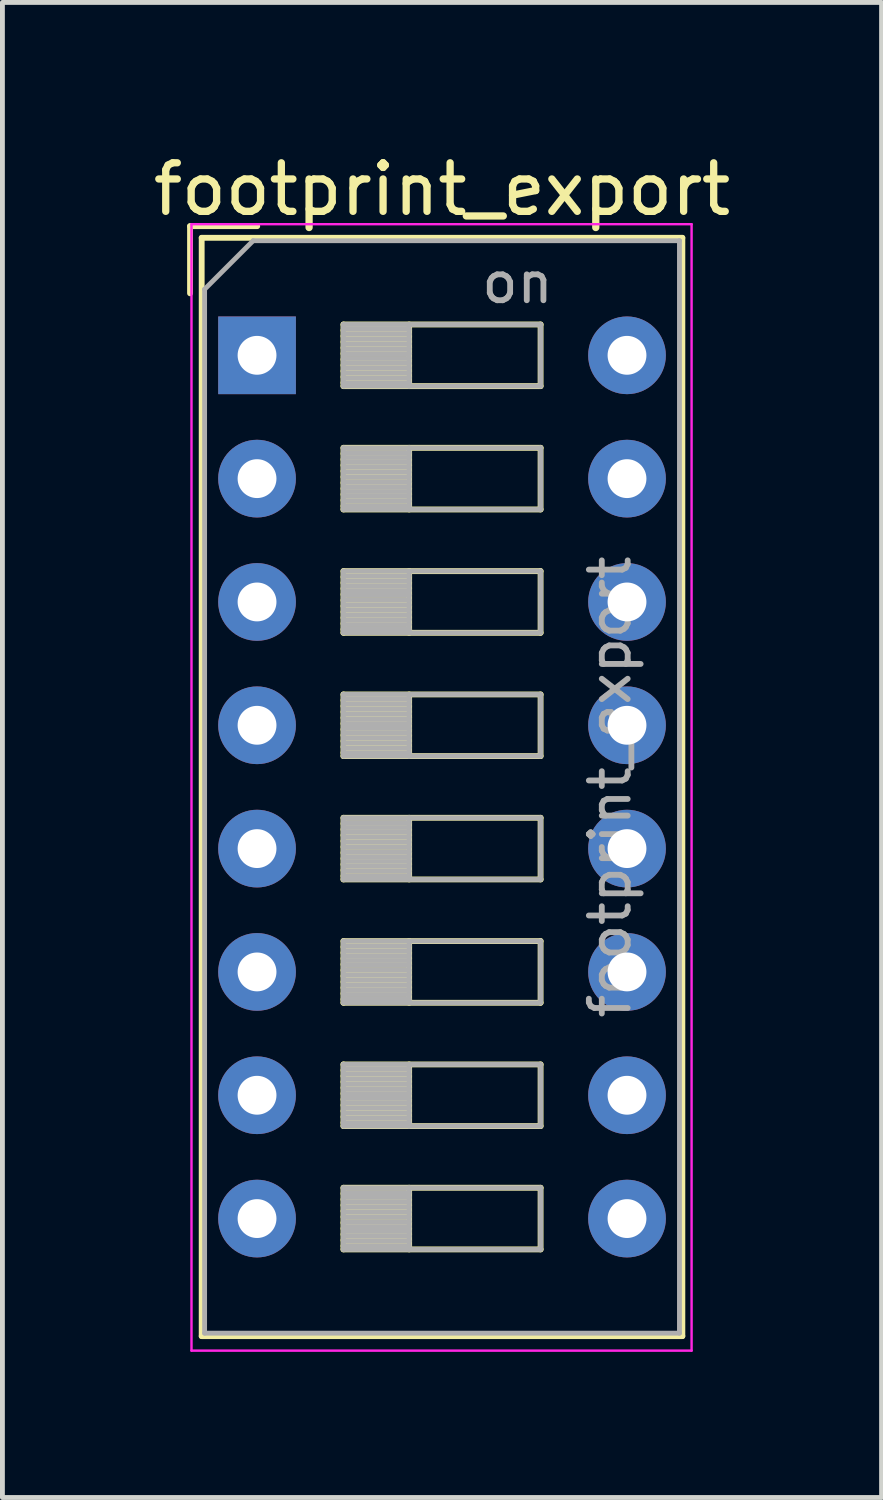
<source format=kicad_pcb>
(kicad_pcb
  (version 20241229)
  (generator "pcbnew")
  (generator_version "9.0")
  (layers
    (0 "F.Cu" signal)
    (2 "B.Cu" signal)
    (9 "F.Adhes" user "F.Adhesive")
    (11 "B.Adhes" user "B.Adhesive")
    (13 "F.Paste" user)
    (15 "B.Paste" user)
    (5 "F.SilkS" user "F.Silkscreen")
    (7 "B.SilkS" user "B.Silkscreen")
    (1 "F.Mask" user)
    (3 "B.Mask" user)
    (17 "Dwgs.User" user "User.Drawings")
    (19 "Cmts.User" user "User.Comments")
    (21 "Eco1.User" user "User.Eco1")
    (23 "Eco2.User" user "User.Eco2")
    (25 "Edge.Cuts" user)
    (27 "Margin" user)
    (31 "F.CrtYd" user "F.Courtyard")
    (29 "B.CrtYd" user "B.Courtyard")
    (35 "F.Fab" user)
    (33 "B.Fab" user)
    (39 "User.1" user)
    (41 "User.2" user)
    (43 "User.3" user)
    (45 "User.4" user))
  (footprint "footprint_export"
    (layer "F.Cu")
    (at 2.244 4.268)
    (property "Reference" "footprint_export" (at 3.81 -3.42 0) (layer "F.SilkS") (effects (font (size 1 1) (thickness 0.15))))
    (attr through_hole)
    (fp_line (start -1.38 -2.66) (end -1.38 -1.277) (stroke (width 0.12) (type solid)) (layer "F.SilkS"))
    (fp_line (start -1.38 -2.66) (end 0.004 -2.66) (stroke (width 0.12) (type solid)) (layer "F.SilkS"))
    (fp_line (start -1.14 -2.42) (end -1.14 20.201) (stroke (width 0.12) (type solid)) (layer "F.SilkS"))
    (fp_line (start -1.14 -2.42) (end 8.76 -2.42) (stroke (width 0.12) (type solid)) (layer "F.SilkS"))
    (fp_line (start -1.14 20.201) (end 8.76 20.201) (stroke (width 0.12) (type solid)) (layer "F.SilkS"))
    (fp_line (start 1.78 -0.635) (end 1.78 0.635) (stroke (width 0.12) (type solid)) (layer "F.SilkS"))
    (fp_line (start 1.78 -0.515) (end 3.133 -0.515) (stroke (width 0.12) (type solid)) (layer "F.SilkS"))
    (fp_line (start 1.78 -0.395) (end 3.133 -0.395) (stroke (width 0.12) (type solid)) (layer "F.SilkS"))
    (fp_line (start 1.78 -0.275) (end 3.133 -0.275) (stroke (width 0.12) (type solid)) (layer "F.SilkS"))
    (fp_line (start 1.78 -0.155) (end 3.133 -0.155) (stroke (width 0.12) (type solid)) (layer "F.SilkS"))
    (fp_line (start 1.78 -0.035) (end 3.133 -0.035) (stroke (width 0.12) (type solid)) (layer "F.SilkS"))
    (fp_line (start 1.78 0.085) (end 3.133 0.085) (stroke (width 0.12) (type solid)) (layer "F.SilkS"))
    (fp_line (start 1.78 0.205) (end 3.133 0.205) (stroke (width 0.12) (type solid)) (layer "F.SilkS"))
    (fp_line (start 1.78 0.325) (end 3.133 0.325) (stroke (width 0.12) (type solid)) (layer "F.SilkS"))
    (fp_line (start 1.78 0.445) (end 3.133 0.445) (stroke (width 0.12) (type solid)) (layer "F.SilkS"))
    (fp_line (start 1.78 0.565) (end 3.133 0.565) (stroke (width 0.12) (type solid)) (layer "F.SilkS"))
    (fp_line (start 1.78 0.635) (end 5.84 0.635) (stroke (width 0.12) (type solid)) (layer "F.SilkS"))
    (fp_line (start 1.78 1.905) (end 1.78 3.175) (stroke (width 0.12) (type solid)) (layer "F.SilkS"))
    (fp_line (start 1.78 2.025) (end 3.133 2.025) (stroke (width 0.12) (type solid)) (layer "F.SilkS"))
    (fp_line (start 1.78 2.145) (end 3.133 2.145) (stroke (width 0.12) (type solid)) (layer "F.SilkS"))
    (fp_line (start 1.78 2.265) (end 3.133 2.265) (stroke (width 0.12) (type solid)) (layer "F.SilkS"))
    (fp_line (start 1.78 2.385) (end 3.133 2.385) (stroke (width 0.12) (type solid)) (layer "F.SilkS"))
    (fp_line (start 1.78 2.505) (end 3.133 2.505) (stroke (width 0.12) (type solid)) (layer "F.SilkS"))
    (fp_line (start 1.78 2.625) (end 3.133 2.625) (stroke (width 0.12) (type solid)) (layer "F.SilkS"))
    (fp_line (start 1.78 2.745) (end 3.133 2.745) (stroke (width 0.12) (type solid)) (layer "F.SilkS"))
    (fp_line (start 1.78 2.865) (end 3.133 2.865) (stroke (width 0.12) (type solid)) (layer "F.SilkS"))
    (fp_line (start 1.78 2.985) (end 3.133 2.985) (stroke (width 0.12) (type solid)) (layer "F.SilkS"))
    (fp_line (start 1.78 3.105) (end 3.133 3.105) (stroke (width 0.12) (type solid)) (layer "F.SilkS"))
    (fp_line (start 1.78 3.175) (end 5.84 3.175) (stroke (width 0.12) (type solid)) (layer "F.SilkS"))
    (fp_line (start 1.78 4.445) (end 1.78 5.715) (stroke (width 0.12) (type solid)) (layer "F.SilkS"))
    (fp_line (start 1.78 4.565) (end 3.133 4.565) (stroke (width 0.12) (type solid)) (layer "F.SilkS"))
    (fp_line (start 1.78 4.685) (end 3.133 4.685) (stroke (width 0.12) (type solid)) (layer "F.SilkS"))
    (fp_line (start 1.78 4.805) (end 3.133 4.805) (stroke (width 0.12) (type solid)) (layer "F.SilkS"))
    (fp_line (start 1.78 4.925) (end 3.133 4.925) (stroke (width 0.12) (type solid)) (layer "F.SilkS"))
    (fp_line (start 1.78 5.045) (end 3.133 5.045) (stroke (width 0.12) (type solid)) (layer "F.SilkS"))
    (fp_line (start 1.78 5.165) (end 3.133 5.165) (stroke (width 0.12) (type solid)) (layer "F.SilkS"))
    (fp_line (start 1.78 5.285) (end 3.133 5.285) (stroke (width 0.12) (type solid)) (layer "F.SilkS"))
    (fp_line (start 1.78 5.405) (end 3.133 5.405) (stroke (width 0.12) (type solid)) (layer "F.SilkS"))
    (fp_line (start 1.78 5.525) (end 3.133 5.525) (stroke (width 0.12) (type solid)) (layer "F.SilkS"))
    (fp_line (start 1.78 5.645) (end 3.133 5.645) (stroke (width 0.12) (type solid)) (layer "F.SilkS"))
    (fp_line (start 1.78 5.715) (end 5.84 5.715) (stroke (width 0.12) (type solid)) (layer "F.SilkS"))
    (fp_line (start 1.78 6.985) (end 1.78 8.255) (stroke (width 0.12) (type solid)) (layer "F.SilkS"))
    (fp_line (start 1.78 7.105) (end 3.133 7.105) (stroke (width 0.12) (type solid)) (layer "F.SilkS"))
    (fp_line (start 1.78 7.225) (end 3.133 7.225) (stroke (width 0.12) (type solid)) (layer "F.SilkS"))
    (fp_line (start 1.78 7.345) (end 3.133 7.345) (stroke (width 0.12) (type solid)) (layer "F.SilkS"))
    (fp_line (start 1.78 7.465) (end 3.133 7.465) (stroke (width 0.12) (type solid)) (layer "F.SilkS"))
    (fp_line (start 1.78 7.585) (end 3.133 7.585) (stroke (width 0.12) (type solid)) (layer "F.SilkS"))
    (fp_line (start 1.78 7.705) (end 3.133 7.705) (stroke (width 0.12) (type solid)) (layer "F.SilkS"))
    (fp_line (start 1.78 7.825) (end 3.133 7.825) (stroke (width 0.12) (type solid)) (layer "F.SilkS"))
    (fp_line (start 1.78 7.945) (end 3.133 7.945) (stroke (width 0.12) (type solid)) (layer "F.SilkS"))
    (fp_line (start 1.78 8.065) (end 3.133 8.065) (stroke (width 0.12) (type solid)) (layer "F.SilkS"))
    (fp_line (start 1.78 8.185) (end 3.133 8.185) (stroke (width 0.12) (type solid)) (layer "F.SilkS"))
    (fp_line (start 1.78 8.255) (end 5.84 8.255) (stroke (width 0.12) (type solid)) (layer "F.SilkS"))
    (fp_line (start 1.78 9.525) (end 1.78 10.795) (stroke (width 0.12) (type solid)) (layer "F.SilkS"))
    (fp_line (start 1.78 9.645) (end 3.133 9.645) (stroke (width 0.12) (type solid)) (layer "F.SilkS"))
    (fp_line (start 1.78 9.765) (end 3.133 9.765) (stroke (width 0.12) (type solid)) (layer "F.SilkS"))
    (fp_line (start 1.78 9.885) (end 3.133 9.885) (stroke (width 0.12) (type solid)) (layer "F.SilkS"))
    (fp_line (start 1.78 10.005) (end 3.133 10.005) (stroke (width 0.12) (type solid)) (layer "F.SilkS"))
    (fp_line (start 1.78 10.125) (end 3.133 10.125) (stroke (width 0.12) (type solid)) (layer "F.SilkS"))
    (fp_line (start 1.78 10.245) (end 3.133 10.245) (stroke (width 0.12) (type solid)) (layer "F.SilkS"))
    (fp_line (start 1.78 10.365) (end 3.133 10.365) (stroke (width 0.12) (type solid)) (layer "F.SilkS"))
    (fp_line (start 1.78 10.485) (end 3.133 10.485) (stroke (width 0.12) (type solid)) (layer "F.SilkS"))
    (fp_line (start 1.78 10.605) (end 3.133 10.605) (stroke (width 0.12) (type solid)) (layer "F.SilkS"))
    (fp_line (start 1.78 10.725) (end 3.133 10.725) (stroke (width 0.12) (type solid)) (layer "F.SilkS"))
    (fp_line (start 1.78 10.795) (end 5.84 10.795) (stroke (width 0.12) (type solid)) (layer "F.SilkS"))
    (fp_line (start 1.78 12.065) (end 1.78 13.335) (stroke (width 0.12) (type solid)) (layer "F.SilkS"))
    (fp_line (start 1.78 12.185) (end 3.133 12.185) (stroke (width 0.12) (type solid)) (layer "F.SilkS"))
    (fp_line (start 1.78 12.305) (end 3.133 12.305) (stroke (width 0.12) (type solid)) (layer "F.SilkS"))
    (fp_line (start 1.78 12.425) (end 3.133 12.425) (stroke (width 0.12) (type solid)) (layer "F.SilkS"))
    (fp_line (start 1.78 12.545) (end 3.133 12.545) (stroke (width 0.12) (type solid)) (layer "F.SilkS"))
    (fp_line (start 1.78 12.665) (end 3.133 12.665) (stroke (width 0.12) (type solid)) (layer "F.SilkS"))
    (fp_line (start 1.78 12.785) (end 3.133 12.785) (stroke (width 0.12) (type solid)) (layer "F.SilkS"))
    (fp_line (start 1.78 12.905) (end 3.133 12.905) (stroke (width 0.12) (type solid)) (layer "F.SilkS"))
    (fp_line (start 1.78 13.025) (end 3.133 13.025) (stroke (width 0.12) (type solid)) (layer "F.SilkS"))
    (fp_line (start 1.78 13.145) (end 3.133 13.145) (stroke (width 0.12) (type solid)) (layer "F.SilkS"))
    (fp_line (start 1.78 13.265) (end 3.133 13.265) (stroke (width 0.12) (type solid)) (layer "F.SilkS"))
    (fp_line (start 1.78 13.335) (end 5.84 13.335) (stroke (width 0.12) (type solid)) (layer "F.SilkS"))
    (fp_line (start 1.78 14.605) (end 1.78 15.875) (stroke (width 0.12) (type solid)) (layer "F.SilkS"))
    (fp_line (start 1.78 14.725) (end 3.133 14.725) (stroke (width 0.12) (type solid)) (layer "F.SilkS"))
    (fp_line (start 1.78 14.845) (end 3.133 14.845) (stroke (width 0.12) (type solid)) (layer "F.SilkS"))
    (fp_line (start 1.78 14.965) (end 3.133 14.965) (stroke (width 0.12) (type solid)) (layer "F.SilkS"))
    (fp_line (start 1.78 15.085) (end 3.133 15.085) (stroke (width 0.12) (type solid)) (layer "F.SilkS"))
    (fp_line (start 1.78 15.205) (end 3.133 15.205) (stroke (width 0.12) (type solid)) (layer "F.SilkS"))
    (fp_line (start 1.78 15.325) (end 3.133 15.325) (stroke (width 0.12) (type solid)) (layer "F.SilkS"))
    (fp_line (start 1.78 15.445) (end 3.133 15.445) (stroke (width 0.12) (type solid)) (layer "F.SilkS"))
    (fp_line (start 1.78 15.565) (end 3.133 15.565) (stroke (width 0.12) (type solid)) (layer "F.SilkS"))
    (fp_line (start 1.78 15.685) (end 3.133 15.685) (stroke (width 0.12) (type solid)) (layer "F.SilkS"))
    (fp_line (start 1.78 15.805) (end 3.133 15.805) (stroke (width 0.12) (type solid)) (layer "F.SilkS"))
    (fp_line (start 1.78 15.875) (end 5.84 15.875) (stroke (width 0.12) (type solid)) (layer "F.SilkS"))
    (fp_line (start 1.78 17.145) (end 1.78 18.415) (stroke (width 0.12) (type solid)) (layer "F.SilkS"))
    (fp_line (start 1.78 17.265) (end 3.133 17.265) (stroke (width 0.12) (type solid)) (layer "F.SilkS"))
    (fp_line (start 1.78 17.385) (end 3.133 17.385) (stroke (width 0.12) (type solid)) (layer "F.SilkS"))
    (fp_line (start 1.78 17.505) (end 3.133 17.505) (stroke (width 0.12) (type solid)) (layer "F.SilkS"))
    (fp_line (start 1.78 17.625) (end 3.133 17.625) (stroke (width 0.12) (type solid)) (layer "F.SilkS"))
    (fp_line (start 1.78 17.745) (end 3.133 17.745) (stroke (width 0.12) (type solid)) (layer "F.SilkS"))
    (fp_line (start 1.78 17.865) (end 3.133 17.865) (stroke (width 0.12) (type solid)) (layer "F.SilkS"))
    (fp_line (start 1.78 17.985) (end 3.133 17.985) (stroke (width 0.12) (type solid)) (layer "F.SilkS"))
    (fp_line (start 1.78 18.105) (end 3.133 18.105) (stroke (width 0.12) (type solid)) (layer "F.SilkS"))
    (fp_line (start 1.78 18.225) (end 3.133 18.225) (stroke (width 0.12) (type solid)) (layer "F.SilkS"))
    (fp_line (start 1.78 18.345) (end 3.133 18.345) (stroke (width 0.12) (type solid)) (layer "F.SilkS"))
    (fp_line (start 1.78 18.415) (end 5.84 18.415) (stroke (width 0.12) (type solid)) (layer "F.SilkS"))
    (fp_line (start 3.133 -0.635) (end 3.133 0.635) (stroke (width 0.12) (type solid)) (layer "F.SilkS"))
    (fp_line (start 3.133 1.905) (end 3.133 3.175) (stroke (width 0.12) (type solid)) (layer "F.SilkS"))
    (fp_line (start 3.133 4.445) (end 3.133 5.715) (stroke (width 0.12) (type solid)) (layer "F.SilkS"))
    (fp_line (start 3.133 6.985) (end 3.133 8.255) (stroke (width 0.12) (type solid)) (layer "F.SilkS"))
    (fp_line (start 3.133 9.525) (end 3.133 10.795) (stroke (width 0.12) (type solid)) (layer "F.SilkS"))
    (fp_line (start 3.133 12.065) (end 3.133 13.335) (stroke (width 0.12) (type solid)) (layer "F.SilkS"))
    (fp_line (start 3.133 14.605) (end 3.133 15.875) (stroke (width 0.12) (type solid)) (layer "F.SilkS"))
    (fp_line (start 3.133 17.145) (end 3.133 18.415) (stroke (width 0.12) (type solid)) (layer "F.SilkS"))
    (fp_line (start 5.84 -0.635) (end 1.78 -0.635) (stroke (width 0.12) (type solid)) (layer "F.SilkS"))
    (fp_line (start 5.84 0.635) (end 5.84 -0.635) (stroke (width 0.12) (type solid)) (layer "F.SilkS"))
    (fp_line (start 5.84 1.905) (end 1.78 1.905) (stroke (width 0.12) (type solid)) (layer "F.SilkS"))
    (fp_line (start 5.84 3.175) (end 5.84 1.905) (stroke (width 0.12) (type solid)) (layer "F.SilkS"))
    (fp_line (start 5.84 4.445) (end 1.78 4.445) (stroke (width 0.12) (type solid)) (layer "F.SilkS"))
    (fp_line (start 5.84 5.715) (end 5.84 4.445) (stroke (width 0.12) (type solid)) (layer "F.SilkS"))
    (fp_line (start 5.84 6.985) (end 1.78 6.985) (stroke (width 0.12) (type solid)) (layer "F.SilkS"))
    (fp_line (start 5.84 8.255) (end 5.84 6.985) (stroke (width 0.12) (type solid)) (layer "F.SilkS"))
    (fp_line (start 5.84 9.525) (end 1.78 9.525) (stroke (width 0.12) (type solid)) (layer "F.SilkS"))
    (fp_line (start 5.84 10.795) (end 5.84 9.525) (stroke (width 0.12) (type solid)) (layer "F.SilkS"))
    (fp_line (start 5.84 12.065) (end 1.78 12.065) (stroke (width 0.12) (type solid)) (layer "F.SilkS"))
    (fp_line (start 5.84 13.335) (end 5.84 12.065) (stroke (width 0.12) (type solid)) (layer "F.SilkS"))
    (fp_line (start 5.84 14.605) (end 1.78 14.605) (stroke (width 0.12) (type solid)) (layer "F.SilkS"))
    (fp_line (start 5.84 15.875) (end 5.84 14.605) (stroke (width 0.12) (type solid)) (layer "F.SilkS"))
    (fp_line (start 5.84 17.145) (end 1.78 17.145) (stroke (width 0.12) (type solid)) (layer "F.SilkS"))
    (fp_line (start 5.84 18.415) (end 5.84 17.145) (stroke (width 0.12) (type solid)) (layer "F.SilkS"))
    (fp_line (start 8.76 -2.42) (end 8.76 20.201) (stroke (width 0.12) (type solid)) (layer "F.SilkS"))
    (fp_line (start -1.35 -2.7) (end -1.35 20.5) (stroke (width 0.05) (type solid)) (layer "F.CrtYd"))
    (fp_line (start -1.35 20.5) (end 8.95 20.5) (stroke (width 0.05) (type solid)) (layer "F.CrtYd"))
    (fp_line (start 8.95 -2.7) (end -1.35 -2.7) (stroke (width 0.05) (type solid)) (layer "F.CrtYd"))
    (fp_line (start 8.95 20.5) (end 8.95 -2.7) (stroke (width 0.05) (type solid)) (layer "F.CrtYd"))
    (fp_line (start -1.08 -1.36) (end -0.08 -2.36) (stroke (width 0.1) (type solid)) (layer "F.Fab"))
    (fp_line (start -1.08 20.14) (end -1.08 -1.36) (stroke (width 0.1) (type solid)) (layer "F.Fab"))
    (fp_line (start -0.08 -2.36) (end 8.7 -2.36) (stroke (width 0.1) (type solid)) (layer "F.Fab"))
    (fp_line (start 1.78 -0.635) (end 1.78 0.635) (stroke (width 0.1) (type solid)) (layer "F.Fab"))
    (fp_line (start 1.78 -0.535) (end 3.133 -0.535) (stroke (width 0.1) (type solid)) (layer "F.Fab"))
    (fp_line (start 1.78 -0.435) (end 3.133 -0.435) (stroke (width 0.1) (type solid)) (layer "F.Fab"))
    (fp_line (start 1.78 -0.335) (end 3.133 -0.335) (stroke (width 0.1) (type solid)) (layer "F.Fab"))
    (fp_line (start 1.78 -0.235) (end 3.133 -0.235) (stroke (width 0.1) (type solid)) (layer "F.Fab"))
    (fp_line (start 1.78 -0.135) (end 3.133 -0.135) (stroke (width 0.1) (type solid)) (layer "F.Fab"))
    (fp_line (start 1.78 -0.035) (end 3.133 -0.035) (stroke (width 0.1) (type solid)) (layer "F.Fab"))
    (fp_line (start 1.78 0.065) (end 3.133 0.065) (stroke (width 0.1) (type solid)) (layer "F.Fab"))
    (fp_line (start 1.78 0.165) (end 3.133 0.165) (stroke (width 0.1) (type solid)) (layer "F.Fab"))
    (fp_line (start 1.78 0.265) (end 3.133 0.265) (stroke (width 0.1) (type solid)) (layer "F.Fab"))
    (fp_line (start 1.78 0.365) (end 3.133 0.365) (stroke (width 0.1) (type solid)) (layer "F.Fab"))
    (fp_line (start 1.78 0.465) (end 3.133 0.465) (stroke (width 0.1) (type solid)) (layer "F.Fab"))
    (fp_line (start 1.78 0.565) (end 3.133 0.565) (stroke (width 0.1) (type solid)) (layer "F.Fab"))
    (fp_line (start 1.78 0.635) (end 5.84 0.635) (stroke (width 0.1) (type solid)) (layer "F.Fab"))
    (fp_line (start 1.78 1.905) (end 1.78 3.175) (stroke (width 0.1) (type solid)) (layer "F.Fab"))
    (fp_line (start 1.78 2.005) (end 3.133 2.005) (stroke (width 0.1) (type solid)) (layer "F.Fab"))
    (fp_line (start 1.78 2.105) (end 3.133 2.105) (stroke (width 0.1) (type solid)) (layer "F.Fab"))
    (fp_line (start 1.78 2.205) (end 3.133 2.205) (stroke (width 0.1) (type solid)) (layer "F.Fab"))
    (fp_line (start 1.78 2.305) (end 3.133 2.305) (stroke (width 0.1) (type solid)) (layer "F.Fab"))
    (fp_line (start 1.78 2.405) (end 3.133 2.405) (stroke (width 0.1) (type solid)) (layer "F.Fab"))
    (fp_line (start 1.78 2.505) (end 3.133 2.505) (stroke (width 0.1) (type solid)) (layer "F.Fab"))
    (fp_line (start 1.78 2.605) (end 3.133 2.605) (stroke (width 0.1) (type solid)) (layer "F.Fab"))
    (fp_line (start 1.78 2.705) (end 3.133 2.705) (stroke (width 0.1) (type solid)) (layer "F.Fab"))
    (fp_line (start 1.78 2.805) (end 3.133 2.805) (stroke (width 0.1) (type solid)) (layer "F.Fab"))
    (fp_line (start 1.78 2.905) (end 3.133 2.905) (stroke (width 0.1) (type solid)) (layer "F.Fab"))
    (fp_line (start 1.78 3.005) (end 3.133 3.005) (stroke (width 0.1) (type solid)) (layer "F.Fab"))
    (fp_line (start 1.78 3.105) (end 3.133 3.105) (stroke (width 0.1) (type solid)) (layer "F.Fab"))
    (fp_line (start 1.78 3.175) (end 5.84 3.175) (stroke (width 0.1) (type solid)) (layer "F.Fab"))
    (fp_line (start 1.78 4.445) (end 1.78 5.715) (stroke (width 0.1) (type solid)) (layer "F.Fab"))
    (fp_line (start 1.78 4.545) (end 3.133 4.545) (stroke (width 0.1) (type solid)) (layer "F.Fab"))
    (fp_line (start 1.78 4.645) (end 3.133 4.645) (stroke (width 0.1) (type solid)) (layer "F.Fab"))
    (fp_line (start 1.78 4.745) (end 3.133 4.745) (stroke (width 0.1) (type solid)) (layer "F.Fab"))
    (fp_line (start 1.78 4.845) (end 3.133 4.845) (stroke (width 0.1) (type solid)) (layer "F.Fab"))
    (fp_line (start 1.78 4.945) (end 3.133 4.945) (stroke (width 0.1) (type solid)) (layer "F.Fab"))
    (fp_line (start 1.78 5.045) (end 3.133 5.045) (stroke (width 0.1) (type solid)) (layer "F.Fab"))
    (fp_line (start 1.78 5.145) (end 3.133 5.145) (stroke (width 0.1) (type solid)) (layer "F.Fab"))
    (fp_line (start 1.78 5.245) (end 3.133 5.245) (stroke (width 0.1) (type solid)) (layer "F.Fab"))
    (fp_line (start 1.78 5.345) (end 3.133 5.345) (stroke (width 0.1) (type solid)) (layer "F.Fab"))
    (fp_line (start 1.78 5.445) (end 3.133 5.445) (stroke (width 0.1) (type solid)) (layer "F.Fab"))
    (fp_line (start 1.78 5.545) (end 3.133 5.545) (stroke (width 0.1) (type solid)) (layer "F.Fab"))
    (fp_line (start 1.78 5.645) (end 3.133 5.645) (stroke (width 0.1) (type solid)) (layer "F.Fab"))
    (fp_line (start 1.78 5.715) (end 5.84 5.715) (stroke (width 0.1) (type solid)) (layer "F.Fab"))
    (fp_line (start 1.78 6.985) (end 1.78 8.255) (stroke (width 0.1) (type solid)) (layer "F.Fab"))
    (fp_line (start 1.78 7.085) (end 3.133 7.085) (stroke (width 0.1) (type solid)) (layer "F.Fab"))
    (fp_line (start 1.78 7.185) (end 3.133 7.185) (stroke (width 0.1) (type solid)) (layer "F.Fab"))
    (fp_line (start 1.78 7.285) (end 3.133 7.285) (stroke (width 0.1) (type solid)) (layer "F.Fab"))
    (fp_line (start 1.78 7.385) (end 3.133 7.385) (stroke (width 0.1) (type solid)) (layer "F.Fab"))
    (fp_line (start 1.78 7.485) (end 3.133 7.485) (stroke (width 0.1) (type solid)) (layer "F.Fab"))
    (fp_line (start 1.78 7.585) (end 3.133 7.585) (stroke (width 0.1) (type solid)) (layer "F.Fab"))
    (fp_line (start 1.78 7.685) (end 3.133 7.685) (stroke (width 0.1) (type solid)) (layer "F.Fab"))
    (fp_line (start 1.78 7.785) (end 3.133 7.785) (stroke (width 0.1) (type solid)) (layer "F.Fab"))
    (fp_line (start 1.78 7.885) (end 3.133 7.885) (stroke (width 0.1) (type solid)) (layer "F.Fab"))
    (fp_line (start 1.78 7.985) (end 3.133 7.985) (stroke (width 0.1) (type solid)) (layer "F.Fab"))
    (fp_line (start 1.78 8.085) (end 3.133 8.085) (stroke (width 0.1) (type solid)) (layer "F.Fab"))
    (fp_line (start 1.78 8.185) (end 3.133 8.185) (stroke (width 0.1) (type solid)) (layer "F.Fab"))
    (fp_line (start 1.78 8.255) (end 5.84 8.255) (stroke (width 0.1) (type solid)) (layer "F.Fab"))
    (fp_line (start 1.78 9.525) (end 1.78 10.795) (stroke (width 0.1) (type solid)) (layer "F.Fab"))
    (fp_line (start 1.78 9.625) (end 3.133 9.625) (stroke (width 0.1) (type solid)) (layer "F.Fab"))
    (fp_line (start 1.78 9.725) (end 3.133 9.725) (stroke (width 0.1) (type solid)) (layer "F.Fab"))
    (fp_line (start 1.78 9.825) (end 3.133 9.825) (stroke (width 0.1) (type solid)) (layer "F.Fab"))
    (fp_line (start 1.78 9.925) (end 3.133 9.925) (stroke (width 0.1) (type solid)) (layer "F.Fab"))
    (fp_line (start 1.78 10.025) (end 3.133 10.025) (stroke (width 0.1) (type solid)) (layer "F.Fab"))
    (fp_line (start 1.78 10.125) (end 3.133 10.125) (stroke (width 0.1) (type solid)) (layer "F.Fab"))
    (fp_line (start 1.78 10.225) (end 3.133 10.225) (stroke (width 0.1) (type solid)) (layer "F.Fab"))
    (fp_line (start 1.78 10.325) (end 3.133 10.325) (stroke (width 0.1) (type solid)) (layer "F.Fab"))
    (fp_line (start 1.78 10.425) (end 3.133 10.425) (stroke (width 0.1) (type solid)) (layer "F.Fab"))
    (fp_line (start 1.78 10.525) (end 3.133 10.525) (stroke (width 0.1) (type solid)) (layer "F.Fab"))
    (fp_line (start 1.78 10.625) (end 3.133 10.625) (stroke (width 0.1) (type solid)) (layer "F.Fab"))
    (fp_line (start 1.78 10.725) (end 3.133 10.725) (stroke (width 0.1) (type solid)) (layer "F.Fab"))
    (fp_line (start 1.78 10.795) (end 5.84 10.795) (stroke (width 0.1) (type solid)) (layer "F.Fab"))
    (fp_line (start 1.78 12.065) (end 1.78 13.335) (stroke (width 0.1) (type solid)) (layer "F.Fab"))
    (fp_line (start 1.78 12.165) (end 3.133 12.165) (stroke (width 0.1) (type solid)) (layer "F.Fab"))
    (fp_line (start 1.78 12.265) (end 3.133 12.265) (stroke (width 0.1) (type solid)) (layer "F.Fab"))
    (fp_line (start 1.78 12.365) (end 3.133 12.365) (stroke (width 0.1) (type solid)) (layer "F.Fab"))
    (fp_line (start 1.78 12.465) (end 3.133 12.465) (stroke (width 0.1) (type solid)) (layer "F.Fab"))
    (fp_line (start 1.78 12.565) (end 3.133 12.565) (stroke (width 0.1) (type solid)) (layer "F.Fab"))
    (fp_line (start 1.78 12.665) (end 3.133 12.665) (stroke (width 0.1) (type solid)) (layer "F.Fab"))
    (fp_line (start 1.78 12.765) (end 3.133 12.765) (stroke (width 0.1) (type solid)) (layer "F.Fab"))
    (fp_line (start 1.78 12.865) (end 3.133 12.865) (stroke (width 0.1) (type solid)) (layer "F.Fab"))
    (fp_line (start 1.78 12.965) (end 3.133 12.965) (stroke (width 0.1) (type solid)) (layer "F.Fab"))
    (fp_line (start 1.78 13.065) (end 3.133 13.065) (stroke (width 0.1) (type solid)) (layer "F.Fab"))
    (fp_line (start 1.78 13.165) (end 3.133 13.165) (stroke (width 0.1) (type solid)) (layer "F.Fab"))
    (fp_line (start 1.78 13.265) (end 3.133 13.265) (stroke (width 0.1) (type solid)) (layer "F.Fab"))
    (fp_line (start 1.78 13.335) (end 5.84 13.335) (stroke (width 0.1) (type solid)) (layer "F.Fab"))
    (fp_line (start 1.78 14.605) (end 1.78 15.875) (stroke (width 0.1) (type solid)) (layer "F.Fab"))
    (fp_line (start 1.78 14.705) (end 3.133 14.705) (stroke (width 0.1) (type solid)) (layer "F.Fab"))
    (fp_line (start 1.78 14.805) (end 3.133 14.805) (stroke (width 0.1) (type solid)) (layer "F.Fab"))
    (fp_line (start 1.78 14.905) (end 3.133 14.905) (stroke (width 0.1) (type solid)) (layer "F.Fab"))
    (fp_line (start 1.78 15.005) (end 3.133 15.005) (stroke (width 0.1) (type solid)) (layer "F.Fab"))
    (fp_line (start 1.78 15.105) (end 3.133 15.105) (stroke (width 0.1) (type solid)) (layer "F.Fab"))
    (fp_line (start 1.78 15.205) (end 3.133 15.205) (stroke (width 0.1) (type solid)) (layer "F.Fab"))
    (fp_line (start 1.78 15.305) (end 3.133 15.305) (stroke (width 0.1) (type solid)) (layer "F.Fab"))
    (fp_line (start 1.78 15.405) (end 3.133 15.405) (stroke (width 0.1) (type solid)) (layer "F.Fab"))
    (fp_line (start 1.78 15.505) (end 3.133 15.505) (stroke (width 0.1) (type solid)) (layer "F.Fab"))
    (fp_line (start 1.78 15.605) (end 3.133 15.605) (stroke (width 0.1) (type solid)) (layer "F.Fab"))
    (fp_line (start 1.78 15.705) (end 3.133 15.705) (stroke (width 0.1) (type solid)) (layer "F.Fab"))
    (fp_line (start 1.78 15.805) (end 3.133 15.805) (stroke (width 0.1) (type solid)) (layer "F.Fab"))
    (fp_line (start 1.78 15.875) (end 5.84 15.875) (stroke (width 0.1) (type solid)) (layer "F.Fab"))
    (fp_line (start 1.78 17.145) (end 1.78 18.415) (stroke (width 0.1) (type solid)) (layer "F.Fab"))
    (fp_line (start 1.78 17.245) (end 3.133 17.245) (stroke (width 0.1) (type solid)) (layer "F.Fab"))
    (fp_line (start 1.78 17.345) (end 3.133 17.345) (stroke (width 0.1) (type solid)) (layer "F.Fab"))
    (fp_line (start 1.78 17.445) (end 3.133 17.445) (stroke (width 0.1) (type solid)) (layer "F.Fab"))
    (fp_line (start 1.78 17.545) (end 3.133 17.545) (stroke (width 0.1) (type solid)) (layer "F.Fab"))
    (fp_line (start 1.78 17.645) (end 3.133 17.645) (stroke (width 0.1) (type solid)) (layer "F.Fab"))
    (fp_line (start 1.78 17.745) (end 3.133 17.745) (stroke (width 0.1) (type solid)) (layer "F.Fab"))
    (fp_line (start 1.78 17.845) (end 3.133 17.845) (stroke (width 0.1) (type solid)) (layer "F.Fab"))
    (fp_line (start 1.78 17.945) (end 3.133 17.945) (stroke (width 0.1) (type solid)) (layer "F.Fab"))
    (fp_line (start 1.78 18.045) (end 3.133 18.045) (stroke (width 0.1) (type solid)) (layer "F.Fab"))
    (fp_line (start 1.78 18.145) (end 3.133 18.145) (stroke (width 0.1) (type solid)) (layer "F.Fab"))
    (fp_line (start 1.78 18.245) (end 3.133 18.245) (stroke (width 0.1) (type solid)) (layer "F.Fab"))
    (fp_line (start 1.78 18.345) (end 3.133 18.345) (stroke (width 0.1) (type solid)) (layer "F.Fab"))
    (fp_line (start 1.78 18.415) (end 5.84 18.415) (stroke (width 0.1) (type solid)) (layer "F.Fab"))
    (fp_line (start 3.133 -0.635) (end 3.133 0.635) (stroke (width 0.1) (type solid)) (layer "F.Fab"))
    (fp_line (start 3.133 1.905) (end 3.133 3.175) (stroke (width 0.1) (type solid)) (layer "F.Fab"))
    (fp_line (start 3.133 4.445) (end 3.133 5.715) (stroke (width 0.1) (type solid)) (layer "F.Fab"))
    (fp_line (start 3.133 6.985) (end 3.133 8.255) (stroke (width 0.1) (type solid)) (layer "F.Fab"))
    (fp_line (start 3.133 9.525) (end 3.133 10.795) (stroke (width 0.1) (type solid)) (layer "F.Fab"))
    (fp_line (start 3.133 12.065) (end 3.133 13.335) (stroke (width 0.1) (type solid)) (layer "F.Fab"))
    (fp_line (start 3.133 14.605) (end 3.133 15.875) (stroke (width 0.1) (type solid)) (layer "F.Fab"))
    (fp_line (start 3.133 17.145) (end 3.133 18.415) (stroke (width 0.1) (type solid)) (layer "F.Fab"))
    (fp_line (start 5.84 -0.635) (end 1.78 -0.635) (stroke (width 0.1) (type solid)) (layer "F.Fab"))
    (fp_line (start 5.84 0.635) (end 5.84 -0.635) (stroke (width 0.1) (type solid)) (layer "F.Fab"))
    (fp_line (start 5.84 1.905) (end 1.78 1.905) (stroke (width 0.1) (type solid)) (layer "F.Fab"))
    (fp_line (start 5.84 3.175) (end 5.84 1.905) (stroke (width 0.1) (type solid)) (layer "F.Fab"))
    (fp_line (start 5.84 4.445) (end 1.78 4.445) (stroke (width 0.1) (type solid)) (layer "F.Fab"))
    (fp_line (start 5.84 5.715) (end 5.84 4.445) (stroke (width 0.1) (type solid)) (layer "F.Fab"))
    (fp_line (start 5.84 6.985) (end 1.78 6.985) (stroke (width 0.1) (type solid)) (layer "F.Fab"))
    (fp_line (start 5.84 8.255) (end 5.84 6.985) (stroke (width 0.1) (type solid)) (layer "F.Fab"))
    (fp_line (start 5.84 9.525) (end 1.78 9.525) (stroke (width 0.1) (type solid)) (layer "F.Fab"))
    (fp_line (start 5.84 10.795) (end 5.84 9.525) (stroke (width 0.1) (type solid)) (layer "F.Fab"))
    (fp_line (start 5.84 12.065) (end 1.78 12.065) (stroke (width 0.1) (type solid)) (layer "F.Fab"))
    (fp_line (start 5.84 13.335) (end 5.84 12.065) (stroke (width 0.1) (type solid)) (layer "F.Fab"))
    (fp_line (start 5.84 14.605) (end 1.78 14.605) (stroke (width 0.1) (type solid)) (layer "F.Fab"))
    (fp_line (start 5.84 15.875) (end 5.84 14.605) (stroke (width 0.1) (type solid)) (layer "F.Fab"))
    (fp_line (start 5.84 17.145) (end 1.78 17.145) (stroke (width 0.1) (type solid)) (layer "F.Fab"))
    (fp_line (start 5.84 18.415) (end 5.84 17.145) (stroke (width 0.1) (type solid)) (layer "F.Fab"))
    (fp_line (start 8.7 -2.36) (end 8.7 20.14) (stroke (width 0.1) (type solid)) (layer "F.Fab"))
    (fp_line (start 8.7 20.14) (end -1.08 20.14) (stroke (width 0.1) (type solid)) (layer "F.Fab"))
    (fp_text user "${REFERENCE}" (at 7.27 8.89 90) (layer "F.Fab") (effects (font (size 0.8 0.8) (thickness 0.12))))
    (fp_text user "on" (at 5.365 -1.498 0) (layer "F.Fab") (effects (font (size 0.8 0.8) (thickness 0.12))))
    (pad "1" thru_hole rect (at 0 0) (size 1.6 1.6) (drill 0.8) (layers "*.Cu" "*.Mask"))
    (pad "2" thru_hole oval (at 0 2.54) (size 1.6 1.6) (drill 0.8) (layers "*.Cu" "*.Mask"))
    (pad "3" thru_hole oval (at 0 5.08) (size 1.6 1.6) (drill 0.8) (layers "*.Cu" "*.Mask"))
    (pad "4" thru_hole oval (at 0 7.62) (size 1.6 1.6) (drill 0.8) (layers "*.Cu" "*.Mask"))
    (pad "5" thru_hole oval (at 0 10.16) (size 1.6 1.6) (drill 0.8) (layers "*.Cu" "*.Mask"))
    (pad "6" thru_hole oval (at 0 12.7) (size 1.6 1.6) (drill 0.8) (layers "*.Cu" "*.Mask"))
    (pad "7" thru_hole oval (at 0 15.24) (size 1.6 1.6) (drill 0.8) (layers "*.Cu" "*.Mask"))
    (pad "8" thru_hole oval (at 0 17.78) (size 1.6 1.6) (drill 0.8) (layers "*.Cu" "*.Mask"))
    (pad "9" thru_hole oval (at 7.62 17.78) (size 1.6 1.6) (drill 0.8) (layers "*.Cu" "*.Mask"))
    (pad "10" thru_hole oval (at 7.62 15.24) (size 1.6 1.6) (drill 0.8) (layers "*.Cu" "*.Mask"))
    (pad "11" thru_hole oval (at 7.62 12.7) (size 1.6 1.6) (drill 0.8) (layers "*.Cu" "*.Mask"))
    (pad "12" thru_hole oval (at 7.62 10.16) (size 1.6 1.6) (drill 0.8) (layers "*.Cu" "*.Mask"))
    (pad "13" thru_hole oval (at 7.62 7.62) (size 1.6 1.6) (drill 0.8) (layers "*.Cu" "*.Mask"))
    (pad "14" thru_hole oval (at 7.62 5.08) (size 1.6 1.6) (drill 0.8) (layers "*.Cu" "*.Mask"))
    (pad "15" thru_hole oval (at 7.62 2.54) (size 1.6 1.6) (drill 0.8) (layers "*.Cu" "*.Mask"))
    (pad "16" thru_hole oval (at 7.62 0) (size 1.6 1.6) (drill 0.8) (layers "*.Cu" "*.Mask")))
  (gr_rect
    (start -3 -3)
    (end 15.107 27.793)
    (stroke (width 0.1) (type default))
    (fill no)
    (layer "Edge.Cuts")))
</source>
